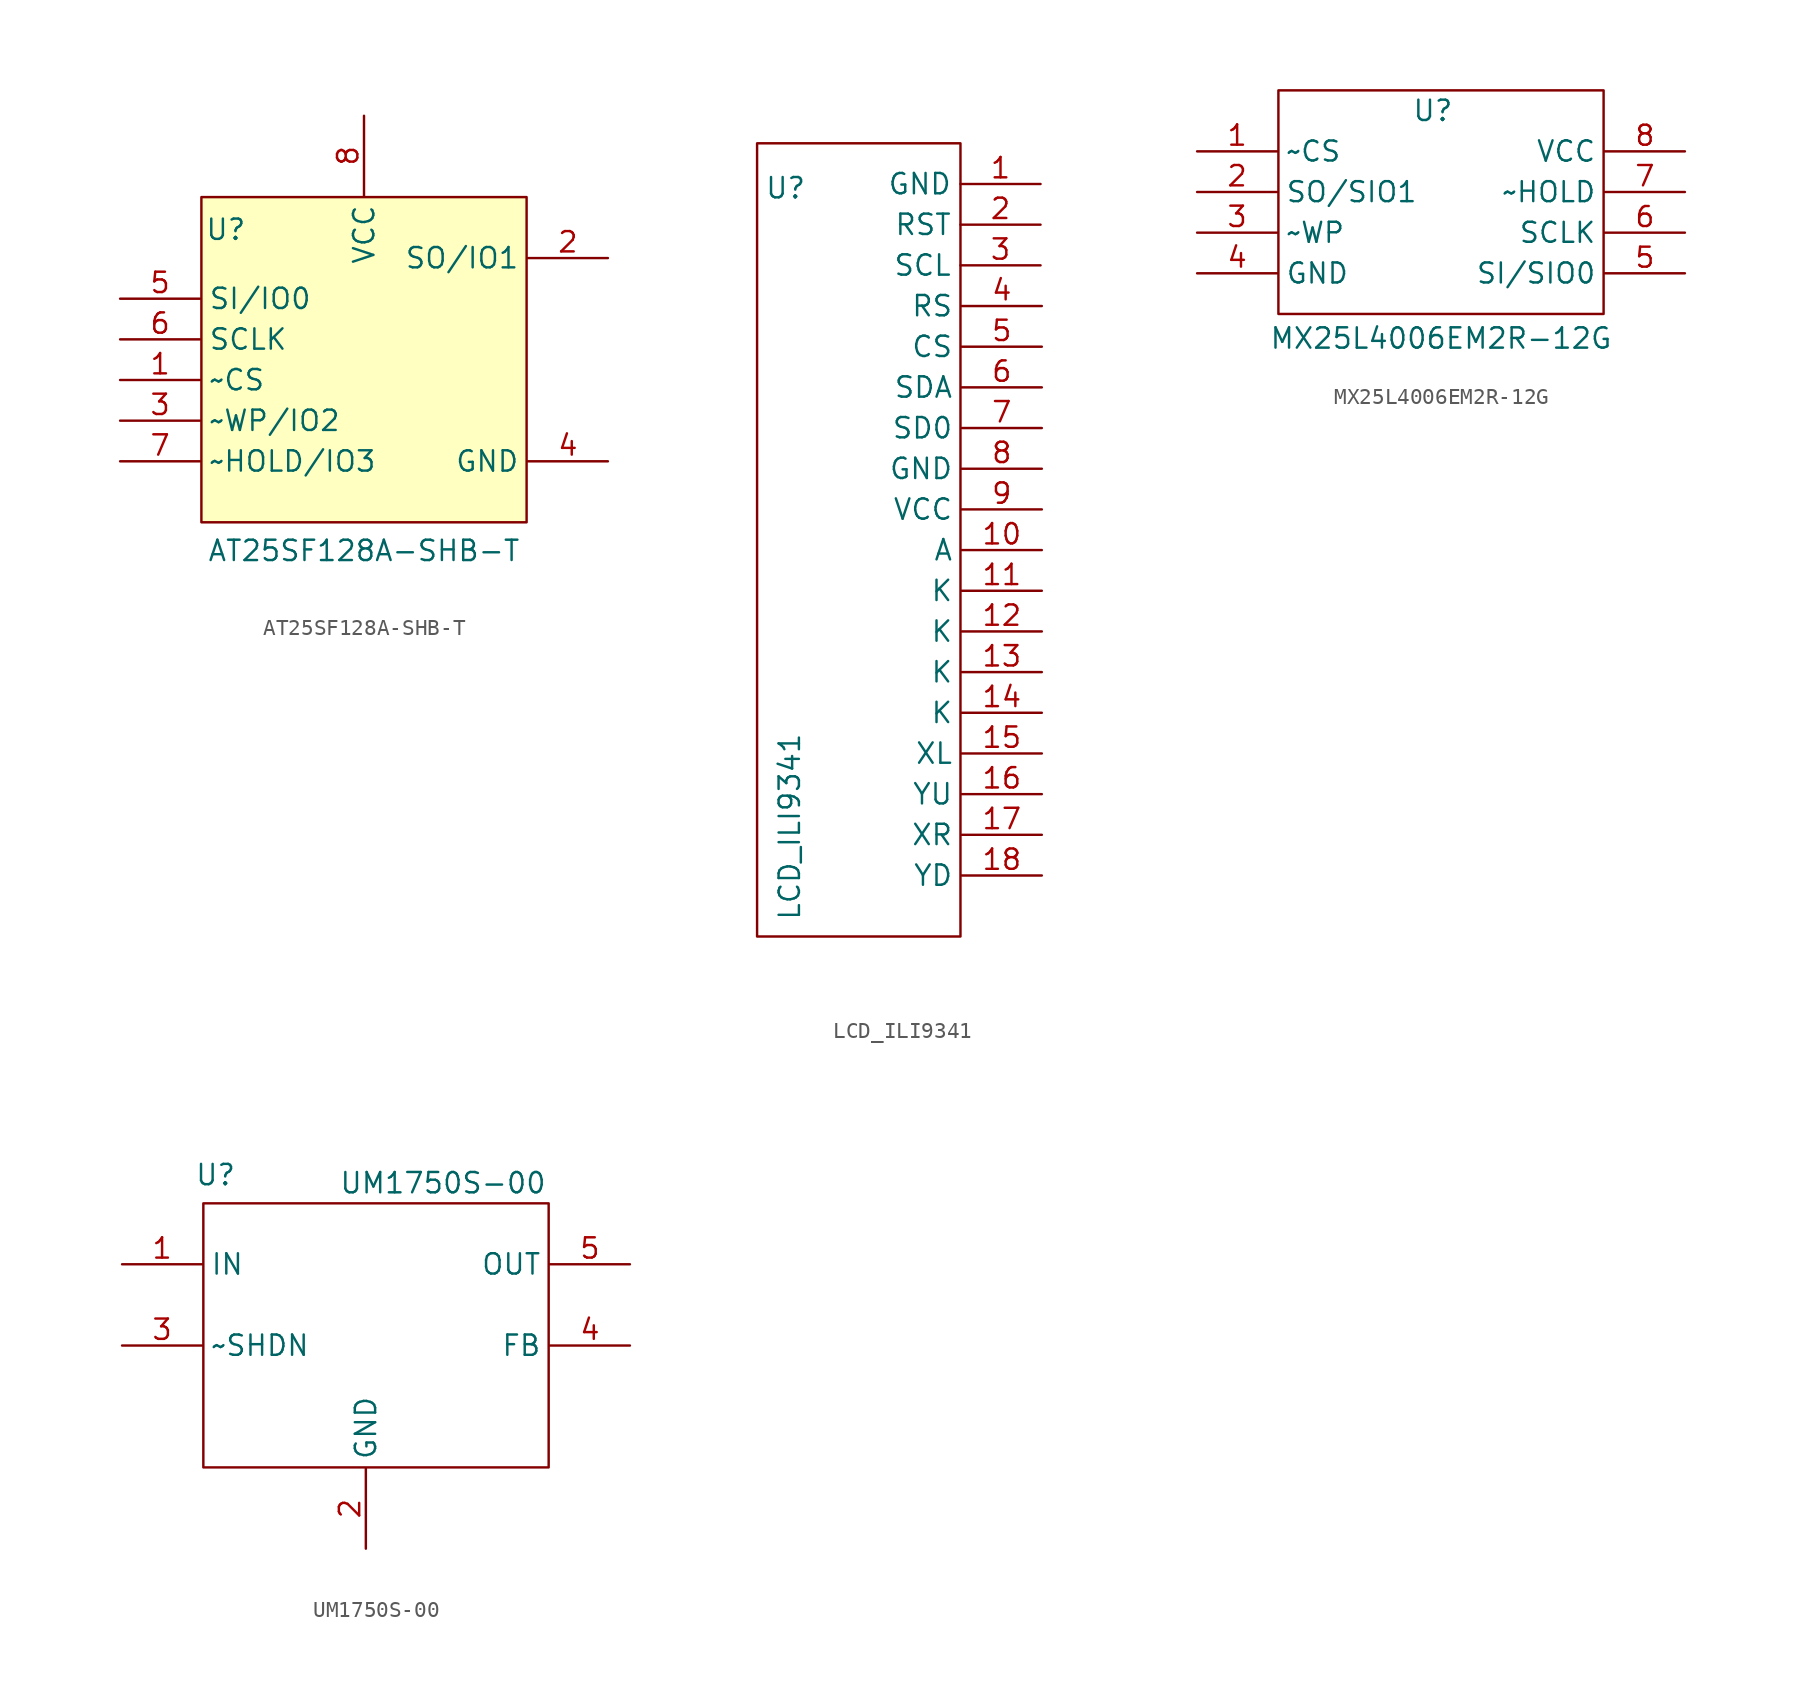
<source format=kicad_sym>
(kicad_symbol_lib
  (version 20231120)
  (generator "kicad_symbol_editor")
  (generator_version "8.0")
  (symbol "AT25SF128A-SHB-T"
    (property "Reference" "U"
      (at -8.636 11.938 0)
      (effects (font (size 1.27 1.27))))
    (property "Value" "AT25SF128A-SHB-T"
      (at 0 -8.128 0)
      (effects (font (size 1.27 1.27))))
    (symbol "AT25SF128A-SHB-T_1_1"
      (rectangle (start -10.16 13.97) (end 10.16 -6.35) (stroke (width 0) (type default)) (fill (type background)))
      (pin input line (at -15.24 2.54 0) (length 5) (name "~CS" (effects (font (size 1.27 1.27)))) (number "1" (effects (font (size 1.27 1.27)))))
      (pin input line (at 15.24 10.16 180) (length 5) (name "SO/IO1" (effects (font (size 1.27 1.27)))) (number "2" (effects (font (size 1.27 1.27)))))
      (pin input line (at -15.24 0 0) (length 5) (name "~WP/IO2" (effects (font (size 1.27 1.27)))) (number "3" (effects (font (size 1.27 1.27)))))
      (pin input line (at 15.24 -2.54 180) (length 5) (name "GND" (effects (font (size 1.27 1.27)))) (number "4" (effects (font (size 1.27 1.27)))))
      (pin input line (at -15.24 7.62 0) (length 5) (name "SI/IO0" (effects (font (size 1.27 1.27)))) (number "5" (effects (font (size 1.27 1.27)))))
      (pin input line (at -15.24 5.08 0) (length 5) (name "SCLK" (effects (font (size 1.27 1.27)))) (number "6" (effects (font (size 1.27 1.27)))))
      (pin input line (at -15.24 -2.54 0) (length 5) (name "~HOLD/IO3" (effects (font (size 1.27 1.27)))) (number "7" (effects (font (size 1.27 1.27)))))
      (pin input line (at 0 19.05 270) (length 5) (name "VCC" (effects (font (size 1.27 1.27)))) (number "8" (effects (font (size 1.27 1.27)))))))
  (symbol "LCD_ILI9341"
    (property "Reference" "U"
      (at -5.762 21.336 0)
      (effects (font (size 1.27 1.27))))
    (property "Value" "LCD_ILI9341"
      (at -5.508 -18.542 90)
      (effects (font (size 1.27 1.27))))
    (symbol "LCD_ILI9341_0_1"
      (rectangle (start -7.54 24.13) (end 5.16 -25.4) (stroke (width 0) (type default)) (fill (type none))))
    (symbol "LCD_ILI9341_1_1"
      (pin input line (at 10.16 21.59 180) (length 5) (name "GND" (effects (font (size 1.27 1.27)))) (number "1" (effects (font (size 1.27 1.27)))))
      (pin input line (at 10.24 -1.27 180) (length 5) (name "A" (effects (font (size 1.27 1.27)))) (number "10" (effects (font (size 1.27 1.27)))))
      (pin input line (at 10.24 -3.81 180) (length 5) (name "K" (effects (font (size 1.27 1.27)))) (number "11" (effects (font (size 1.27 1.27)))))
      (pin input line (at 10.24 -6.35 180) (length 5) (name "K" (effects (font (size 1.27 1.27)))) (number "12" (effects (font (size 1.27 1.27)))))
      (pin input line (at 10.24 -8.89 180) (length 5) (name "K" (effects (font (size 1.27 1.27)))) (number "13" (effects (font (size 1.27 1.27)))))
      (pin input line (at 10.24 -11.43 180) (length 5) (name "K" (effects (font (size 1.27 1.27)))) (number "14" (effects (font (size 1.27 1.27)))))
      (pin input line (at 10.24 -13.97 180) (length 5) (name "XL" (effects (font (size 1.27 1.27)))) (number "15" (effects (font (size 1.27 1.27)))))
      (pin input line (at 10.24 -16.51 180) (length 5) (name "YU" (effects (font (size 1.27 1.27)))) (number "16" (effects (font (size 1.27 1.27)))))
      (pin input line (at 10.24 -19.05 180) (length 5) (name "XR" (effects (font (size 1.27 1.27)))) (number "17" (effects (font (size 1.27 1.27)))))
      (pin input line (at 10.24 -21.59 180) (length 5) (name "YD" (effects (font (size 1.27 1.27)))) (number "18" (effects (font (size 1.27 1.27)))))
      (pin input line (at 10.16 19.05 180) (length 5) (name "RST" (effects (font (size 1.27 1.27)))) (number "2" (effects (font (size 1.27 1.27)))))
      (pin input line (at 10.16 16.51 180) (length 5) (name "SCL" (effects (font (size 1.27 1.27)))) (number "3" (effects (font (size 1.27 1.27)))))
      (pin input line (at 10.24 13.97 180) (length 5) (name "RS" (effects (font (size 1.27 1.27)))) (number "4" (effects (font (size 1.27 1.27)))))
      (pin input line (at 10.24 11.43 180) (length 5) (name "CS" (effects (font (size 1.27 1.27)))) (number "5" (effects (font (size 1.27 1.27)))))
      (pin input line (at 10.24 8.89 180) (length 5) (name "SDA" (effects (font (size 1.27 1.27)))) (number "6" (effects (font (size 1.27 1.27)))))
      (pin input line (at 10.24 6.35 180) (length 5) (name "SD0" (effects (font (size 1.27 1.27)))) (number "7" (effects (font (size 1.27 1.27)))))
      (pin input line (at 10.24 3.81 180) (length 5) (name "GND" (effects (font (size 1.27 1.27)))) (number "8" (effects (font (size 1.27 1.27)))))
      (pin input line (at 10.24 1.27 180) (length 5) (name "VCC" (effects (font (size 1.27 1.27)))) (number "9" (effects (font (size 1.27 1.27)))))))
  (symbol "MX25L4006EM2R-12G"
    (property "Reference" "U"
      (at -0.508 6.35 0)
      (effects (font (size 1.27 1.27))))
    (property "Value" "MX25L4006EM2R-12G"
      (at 0 -7.874 0)
      (effects (font (size 1.27 1.27))))
    (symbol "MX25L4006EM2R-12G_0_1"
      (rectangle (start -10.16 7.62) (end 10.16 -6.35) (stroke (width 0) (type default)) (fill (type none))))
    (symbol "MX25L4006EM2R-12G_1_1"
      (pin input line (at -15.24 3.81 0) (length 5) (name "~CS" (effects (font (size 1.25 1.25)))) (number "1" (effects (font (size 1.27 1.27)))))
      (pin input line (at -15.24 1.27 0) (length 5) (name "SO/SIO1" (effects (font (size 1.25 1.25)))) (number "2" (effects (font (size 1.27 1.27)))))
      (pin input line (at -15.24 -1.27 0) (length 5) (name "~WP" (effects (font (size 1.25 1.25)))) (number "3" (effects (font (size 1.27 1.27)))))
      (pin input line (at -15.24 -3.81 0) (length 5) (name "GND" (effects (font (size 1.25 1.25)))) (number "4" (effects (font (size 1.27 1.27)))))
      (pin input line (at 15.24 -3.81 180) (length 5) (name "SI/SIO0" (effects (font (size 1.25 1.25)))) (number "5" (effects (font (size 1.25 1.25)))))
      (pin input line (at 15.24 -1.27 180) (length 5) (name "SCLK" (effects (font (size 1.25 1.25)))) (number "6" (effects (font (size 1.25 1.25)))))
      (pin input line (at 15.24 1.27 180) (length 5) (name "~HOLD" (effects (font (size 1.25 1.25)))) (number "7" (effects (font (size 1.27 1.27)))))
      (pin input line (at 15.24 3.81 180) (length 5) (name "VCC" (effects (font (size 1.27 1.27)))) (number "8" (effects (font (size 1.25 1.25)))))))
  (symbol "UM1750S-00"
    (property "Reference" "U"
      (at -9.398 6.858 0)
      (effects (font (size 1.27 1.27))))
    (property "Value" "UM1750S-00"
      (at 4.826 6.35 0)
      (effects (font (size 1.27 1.27))))
    (symbol "UM1750S-00_0_1"
      (rectangle (start -10.16 5.08) (end 11.43 -11.43) (stroke (width 0) (type default)) (fill (type none))))
    (symbol "UM1750S-00_1_1"
      (pin input line (at -15.24 1.27 0) (length 5) (name "IN" (effects (font (size 1.27 1.27)))) (number "1" (effects (font (size 1.27 1.27)))))
      (pin input line (at 0 -16.51 90) (length 5) (name "GND" (effects (font (size 1.27 1.27)))) (number "2" (effects (font (size 1.27 1.27)))))
      (pin input line (at -15.24 -3.81 0) (length 5) (name "~SHDN" (effects (font (size 1.27 1.27)))) (number "3" (effects (font (size 1.27 1.27)))))
      (pin input line (at 16.51 -3.81 180) (length 5) (name "FB" (effects (font (size 1.27 1.27)))) (number "4" (effects (font (size 1.27 1.27)))))
      (pin input line (at 16.51 1.27 180) (length 5) (name "OUT" (effects (font (size 1.27 1.27)))) (number "5" (effects (font (size 1.27 1.27))))))))
</source>
